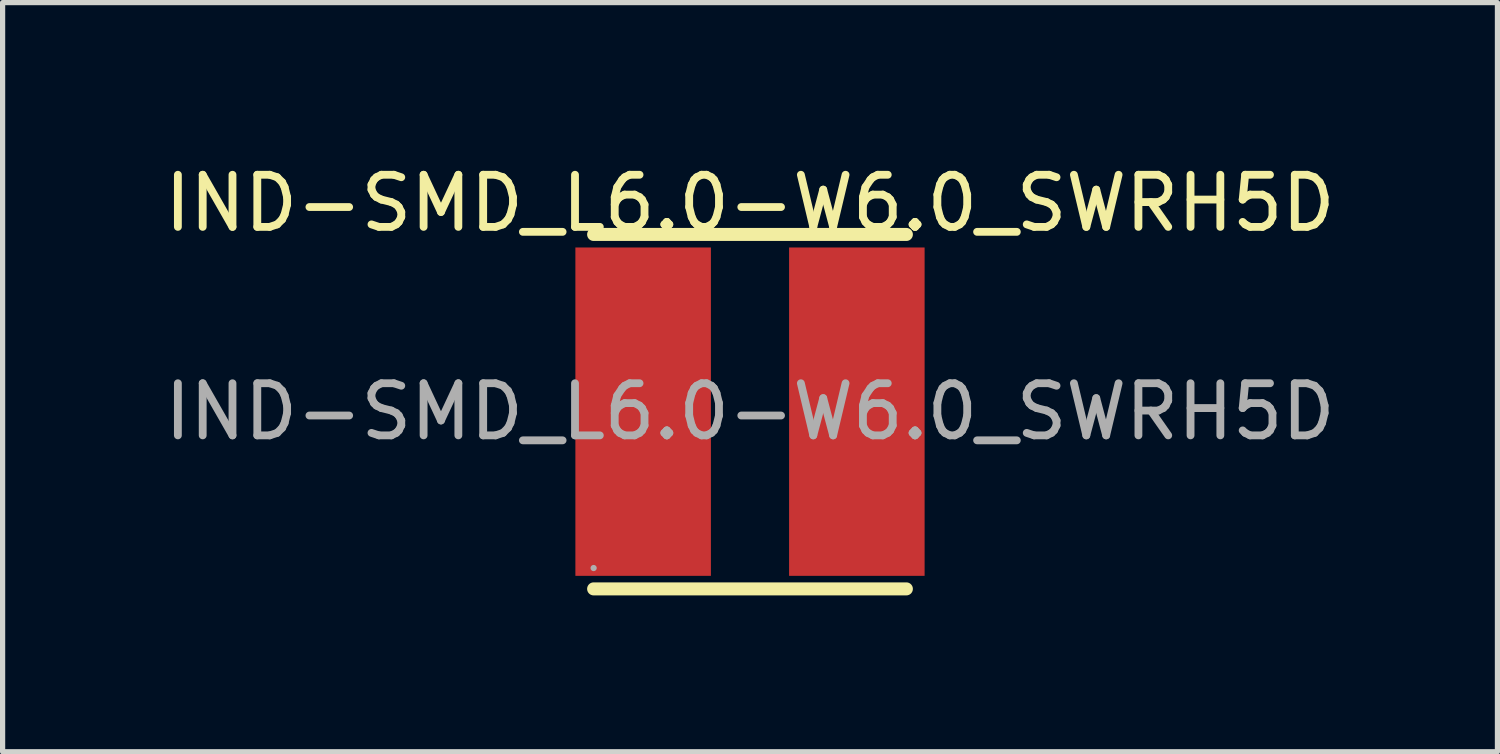
<source format=kicad_pcb>
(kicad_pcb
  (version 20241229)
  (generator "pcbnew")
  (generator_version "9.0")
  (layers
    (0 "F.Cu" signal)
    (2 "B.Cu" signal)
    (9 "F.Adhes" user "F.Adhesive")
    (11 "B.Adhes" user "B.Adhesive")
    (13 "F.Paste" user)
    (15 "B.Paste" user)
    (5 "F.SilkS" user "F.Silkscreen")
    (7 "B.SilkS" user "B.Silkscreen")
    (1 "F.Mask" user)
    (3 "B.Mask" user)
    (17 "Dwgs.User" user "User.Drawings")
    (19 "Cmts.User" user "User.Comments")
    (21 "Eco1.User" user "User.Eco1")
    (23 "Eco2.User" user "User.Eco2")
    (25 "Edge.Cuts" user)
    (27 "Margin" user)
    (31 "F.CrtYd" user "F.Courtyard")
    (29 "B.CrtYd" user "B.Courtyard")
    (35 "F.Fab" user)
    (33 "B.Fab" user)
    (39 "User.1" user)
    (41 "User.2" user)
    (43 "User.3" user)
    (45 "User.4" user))
  (footprint "IND-SMD_L6.0-W6.0_SWRH5D"
    (layer "F.Cu")
    (at 11.339 4.848)
    (property "Reference" "IND-SMD_L6.0-W6.0_SWRH5D" (at 0 -4 0) (layer "F.SilkS") (effects (font (size 1 1) (thickness 0.15))))
    (attr through_hole)
    (fp_line (start -3 -3.4) (end 3 -3.4) (stroke (width 0.25) (type solid)) (layer "F.SilkS"))
    (fp_line (start -3 3.4) (end 3 3.4) (stroke (width 0.25) (type solid)) (layer "F.SilkS"))
    (fp_circle (center -3 3) (end -2.97 3) (stroke (width 0.06) (type solid)) (fill no) (layer "F.Fab"))
    (fp_text user "${REFERENCE}" (at 0 0 0) (layer "F.Fab") (effects (font (size 1 1) (thickness 0.15))))
    (pad "1" smd rect (at -2.05 0) (size 2.6 6.3) (layers "F.Cu" "F.Mask" "F.Paste"))
    (pad "2" smd rect (at 2.05 0) (size 2.6 6.3) (layers "F.Cu" "F.Mask" "F.Paste")))
  (gr_rect
    (start -3 -3)
    (end 25.679 11.373)
    (stroke (width 0.1) (type default))
    (fill no)
    (layer "Edge.Cuts")))
</source>
